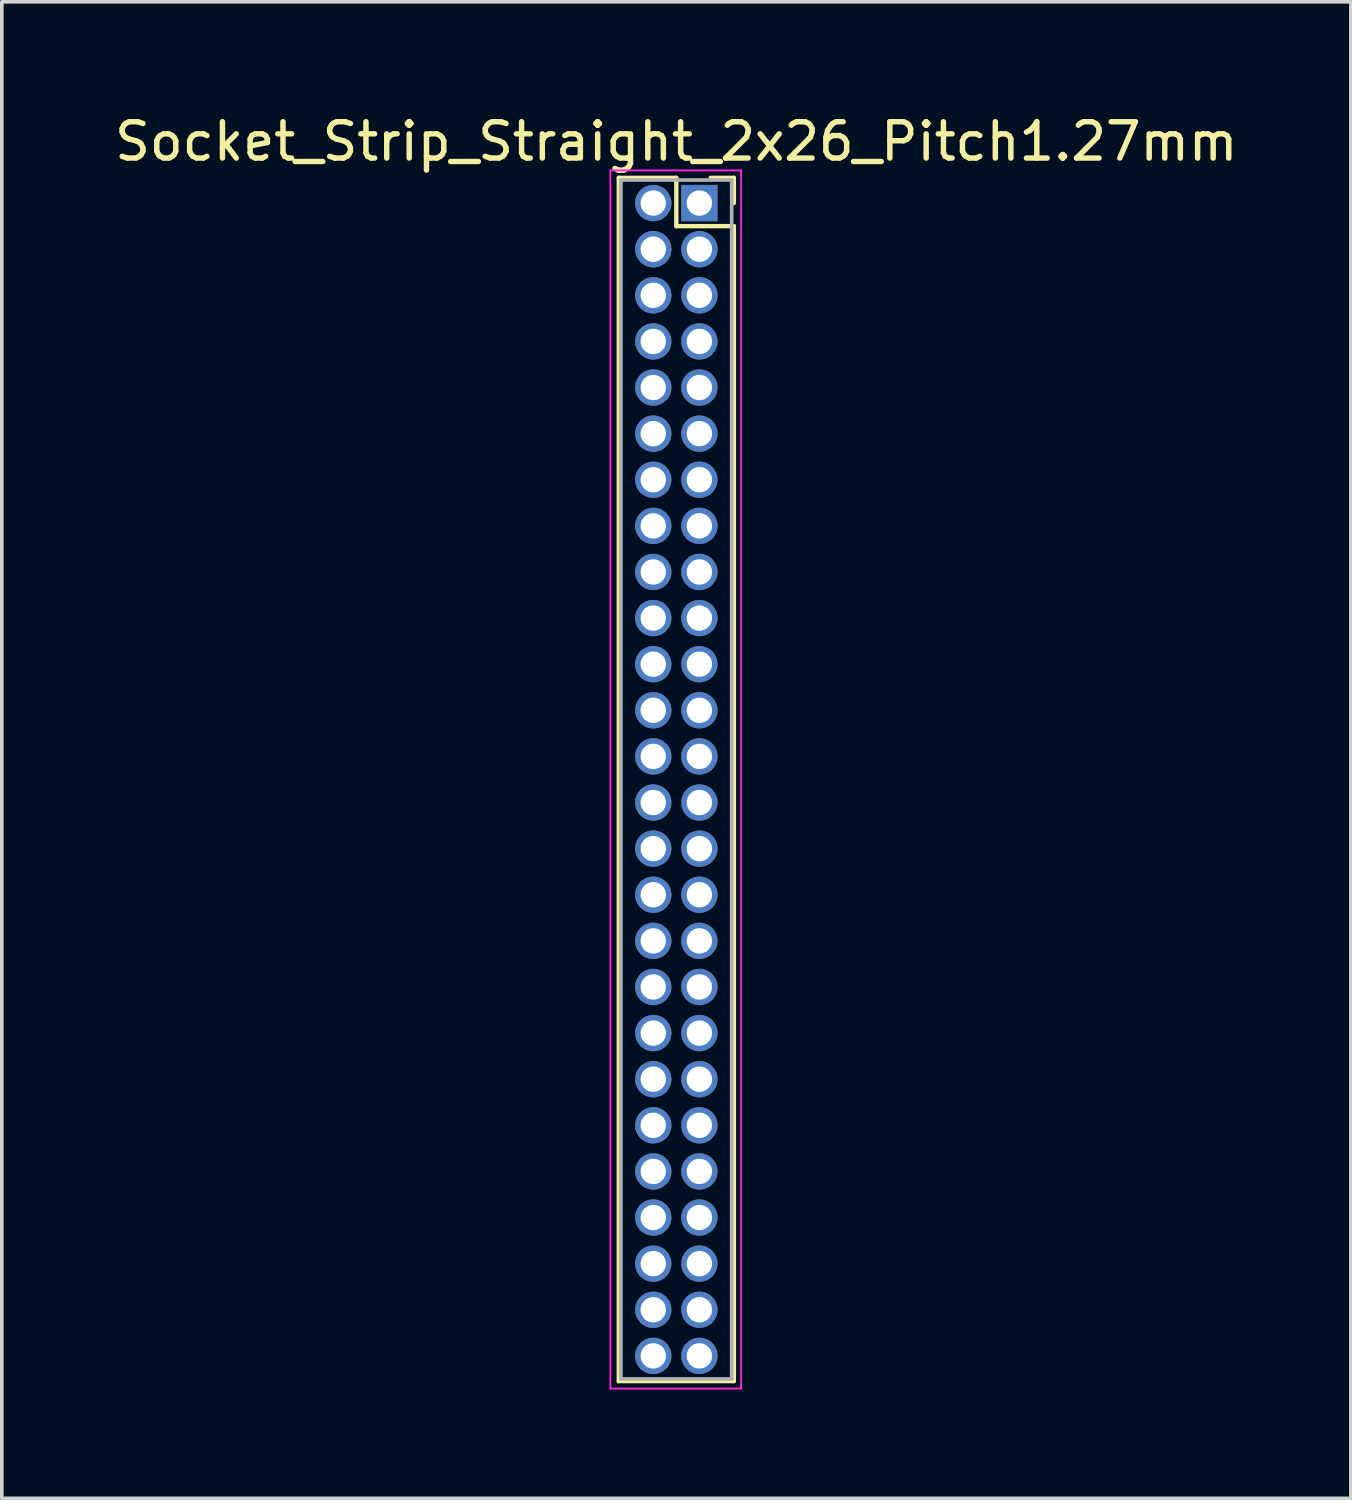
<source format=kicad_pcb>
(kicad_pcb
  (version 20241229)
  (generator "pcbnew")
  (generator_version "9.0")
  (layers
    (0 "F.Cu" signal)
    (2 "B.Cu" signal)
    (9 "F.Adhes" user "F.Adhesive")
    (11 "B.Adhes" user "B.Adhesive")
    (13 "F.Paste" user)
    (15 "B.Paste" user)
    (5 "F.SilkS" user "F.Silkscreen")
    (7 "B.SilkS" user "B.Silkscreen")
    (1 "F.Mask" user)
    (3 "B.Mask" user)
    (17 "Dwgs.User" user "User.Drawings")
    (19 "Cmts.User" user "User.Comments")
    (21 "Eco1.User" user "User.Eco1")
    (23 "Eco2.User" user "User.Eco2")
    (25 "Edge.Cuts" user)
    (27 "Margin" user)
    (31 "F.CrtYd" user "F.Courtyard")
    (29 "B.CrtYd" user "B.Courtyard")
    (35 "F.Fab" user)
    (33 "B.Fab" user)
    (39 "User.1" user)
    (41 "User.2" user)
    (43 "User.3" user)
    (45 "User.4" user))
  (footprint "Socket_Strip_Straight_2x26_Pitch1.27mm"
    (layer "F.Cu")
    (at 16.212 2.543)
    (property "Reference" "Socket_Strip_Straight_2x26_Pitch1.27mm" (at -0.635 -1.695 0) (layer "F.SilkS") (effects (font (size 1 1) (thickness 0.15))))
    (attr through_hole)
    (fp_line (start -2.22 -0.695) (end -0.635 -0.695) (stroke (width 0.12) (type solid)) (layer "F.SilkS"))
    (fp_line (start -2.22 32.445) (end -2.22 -0.695) (stroke (width 0.12) (type solid)) (layer "F.SilkS"))
    (fp_line (start -0.635 -0.695) (end -0.635 0.635) (stroke (width 0.12) (type solid)) (layer "F.SilkS"))
    (fp_line (start -0.635 0.635) (end 0.95 0.635) (stroke (width 0.12) (type solid)) (layer "F.SilkS"))
    (fp_line (start 0.95 -0.695) (end 0.315 -0.695) (stroke (width 0.12) (type solid)) (layer "F.SilkS"))
    (fp_line (start 0.95 0) (end 0.95 -0.695) (stroke (width 0.12) (type solid)) (layer "F.SilkS"))
    (fp_line (start 0.95 0.635) (end 0.95 32.445) (stroke (width 0.12) (type solid)) (layer "F.SilkS"))
    (fp_line (start 0.95 32.445) (end -2.22 32.445) (stroke (width 0.12) (type solid)) (layer "F.SilkS"))
    (fp_line (start -2.45 -0.9) (end -2.45 32.65) (stroke (width 0.05) (type solid)) (layer "F.CrtYd"))
    (fp_line (start -2.45 32.65) (end 1.15 32.65) (stroke (width 0.05) (type solid)) (layer "F.CrtYd"))
    (fp_line (start 1.15 -0.9) (end -2.45 -0.9) (stroke (width 0.05) (type solid)) (layer "F.CrtYd"))
    (fp_line (start 1.15 32.65) (end 1.15 -0.9) (stroke (width 0.05) (type solid)) (layer "F.CrtYd"))
    (fp_line (start -2.16 -0.635) (end -2.16 32.385) (stroke (width 0.1) (type solid)) (layer "F.Fab"))
    (fp_line (start -2.16 32.385) (end 0.89 32.385) (stroke (width 0.1) (type solid)) (layer "F.Fab"))
    (fp_line (start 0.89 -0.635) (end -2.16 -0.635) (stroke (width 0.1) (type solid)) (layer "F.Fab"))
    (fp_line (start 0.89 32.385) (end 0.89 -0.635) (stroke (width 0.1) (type solid)) (layer "F.Fab"))
    (pad "1" thru_hole rect (at 0 0) (size 1 1) (drill 0.7) (layers "*.Cu" "*.Mask"))
    (pad "2" thru_hole oval (at -1.27 0) (size 1 1) (drill 0.7) (layers "*.Cu" "*.Mask"))
    (pad "3" thru_hole oval (at 0 1.27) (size 1 1) (drill 0.7) (layers "*.Cu" "*.Mask"))
    (pad "4" thru_hole oval (at -1.27 1.27) (size 1 1) (drill 0.7) (layers "*.Cu" "*.Mask"))
    (pad "5" thru_hole oval (at 0 2.54) (size 1 1) (drill 0.7) (layers "*.Cu" "*.Mask"))
    (pad "6" thru_hole oval (at -1.27 2.54) (size 1 1) (drill 0.7) (layers "*.Cu" "*.Mask"))
    (pad "7" thru_hole oval (at 0 3.81) (size 1 1) (drill 0.7) (layers "*.Cu" "*.Mask"))
    (pad "8" thru_hole oval (at -1.27 3.81) (size 1 1) (drill 0.7) (layers "*.Cu" "*.Mask"))
    (pad "9" thru_hole oval (at 0 5.08) (size 1 1) (drill 0.7) (layers "*.Cu" "*.Mask"))
    (pad "10" thru_hole oval (at -1.27 5.08) (size 1 1) (drill 0.7) (layers "*.Cu" "*.Mask"))
    (pad "11" thru_hole oval (at 0 6.35) (size 1 1) (drill 0.7) (layers "*.Cu" "*.Mask"))
    (pad "12" thru_hole oval (at -1.27 6.35) (size 1 1) (drill 0.7) (layers "*.Cu" "*.Mask"))
    (pad "13" thru_hole oval (at 0 7.62) (size 1 1) (drill 0.7) (layers "*.Cu" "*.Mask"))
    (pad "14" thru_hole oval (at -1.27 7.62) (size 1 1) (drill 0.7) (layers "*.Cu" "*.Mask"))
    (pad "15" thru_hole oval (at 0 8.89) (size 1 1) (drill 0.7) (layers "*.Cu" "*.Mask"))
    (pad "16" thru_hole oval (at -1.27 8.89) (size 1 1) (drill 0.7) (layers "*.Cu" "*.Mask"))
    (pad "17" thru_hole oval (at 0 10.16) (size 1 1) (drill 0.7) (layers "*.Cu" "*.Mask"))
    (pad "18" thru_hole oval (at -1.27 10.16) (size 1 1) (drill 0.7) (layers "*.Cu" "*.Mask"))
    (pad "19" thru_hole oval (at 0 11.43) (size 1 1) (drill 0.7) (layers "*.Cu" "*.Mask"))
    (pad "20" thru_hole oval (at -1.27 11.43) (size 1 1) (drill 0.7) (layers "*.Cu" "*.Mask"))
    (pad "21" thru_hole oval (at 0 12.7) (size 1 1) (drill 0.7) (layers "*.Cu" "*.Mask"))
    (pad "22" thru_hole oval (at -1.27 12.7) (size 1 1) (drill 0.7) (layers "*.Cu" "*.Mask"))
    (pad "23" thru_hole oval (at 0 13.97) (size 1 1) (drill 0.7) (layers "*.Cu" "*.Mask"))
    (pad "24" thru_hole oval (at -1.27 13.97) (size 1 1) (drill 0.7) (layers "*.Cu" "*.Mask"))
    (pad "25" thru_hole oval (at 0 15.24) (size 1 1) (drill 0.7) (layers "*.Cu" "*.Mask"))
    (pad "26" thru_hole oval (at -1.27 15.24) (size 1 1) (drill 0.7) (layers "*.Cu" "*.Mask"))
    (pad "27" thru_hole oval (at 0 16.51) (size 1 1) (drill 0.7) (layers "*.Cu" "*.Mask"))
    (pad "28" thru_hole oval (at -1.27 16.51) (size 1 1) (drill 0.7) (layers "*.Cu" "*.Mask"))
    (pad "29" thru_hole oval (at 0 17.78) (size 1 1) (drill 0.7) (layers "*.Cu" "*.Mask"))
    (pad "30" thru_hole oval (at -1.27 17.78) (size 1 1) (drill 0.7) (layers "*.Cu" "*.Mask"))
    (pad "31" thru_hole oval (at 0 19.05) (size 1 1) (drill 0.7) (layers "*.Cu" "*.Mask"))
    (pad "32" thru_hole oval (at -1.27 19.05) (size 1 1) (drill 0.7) (layers "*.Cu" "*.Mask"))
    (pad "33" thru_hole oval (at 0 20.32) (size 1 1) (drill 0.7) (layers "*.Cu" "*.Mask"))
    (pad "34" thru_hole oval (at -1.27 20.32) (size 1 1) (drill 0.7) (layers "*.Cu" "*.Mask"))
    (pad "35" thru_hole oval (at 0 21.59) (size 1 1) (drill 0.7) (layers "*.Cu" "*.Mask"))
    (pad "36" thru_hole oval (at -1.27 21.59) (size 1 1) (drill 0.7) (layers "*.Cu" "*.Mask"))
    (pad "37" thru_hole oval (at 0 22.86) (size 1 1) (drill 0.7) (layers "*.Cu" "*.Mask"))
    (pad "38" thru_hole oval (at -1.27 22.86) (size 1 1) (drill 0.7) (layers "*.Cu" "*.Mask"))
    (pad "39" thru_hole oval (at 0 24.13) (size 1 1) (drill 0.7) (layers "*.Cu" "*.Mask"))
    (pad "40" thru_hole oval (at -1.27 24.13) (size 1 1) (drill 0.7) (layers "*.Cu" "*.Mask"))
    (pad "41" thru_hole oval (at 0 25.4) (size 1 1) (drill 0.7) (layers "*.Cu" "*.Mask"))
    (pad "42" thru_hole oval (at -1.27 25.4) (size 1 1) (drill 0.7) (layers "*.Cu" "*.Mask"))
    (pad "43" thru_hole oval (at 0 26.67) (size 1 1) (drill 0.7) (layers "*.Cu" "*.Mask"))
    (pad "44" thru_hole oval (at -1.27 26.67) (size 1 1) (drill 0.7) (layers "*.Cu" "*.Mask"))
    (pad "45" thru_hole oval (at 0 27.94) (size 1 1) (drill 0.7) (layers "*.Cu" "*.Mask"))
    (pad "46" thru_hole oval (at -1.27 27.94) (size 1 1) (drill 0.7) (layers "*.Cu" "*.Mask"))
    (pad "47" thru_hole oval (at 0 29.21) (size 1 1) (drill 0.7) (layers "*.Cu" "*.Mask"))
    (pad "48" thru_hole oval (at -1.27 29.21) (size 1 1) (drill 0.7) (layers "*.Cu" "*.Mask"))
    (pad "49" thru_hole oval (at 0 30.48) (size 1 1) (drill 0.7) (layers "*.Cu" "*.Mask"))
    (pad "50" thru_hole oval (at -1.27 30.48) (size 1 1) (drill 0.7) (layers "*.Cu" "*.Mask"))
    (pad "51" thru_hole oval (at 0 31.75) (size 1 1) (drill 0.7) (layers "*.Cu" "*.Mask"))
    (pad "52" thru_hole oval (at -1.27 31.75) (size 1 1) (drill 0.7) (layers "*.Cu" "*.Mask")))
  (gr_rect
    (start -3 -3)
    (end 34.155 38.218)
    (stroke (width 0.1) (type default))
    (fill no)
    (layer "Edge.Cuts")))
</source>
